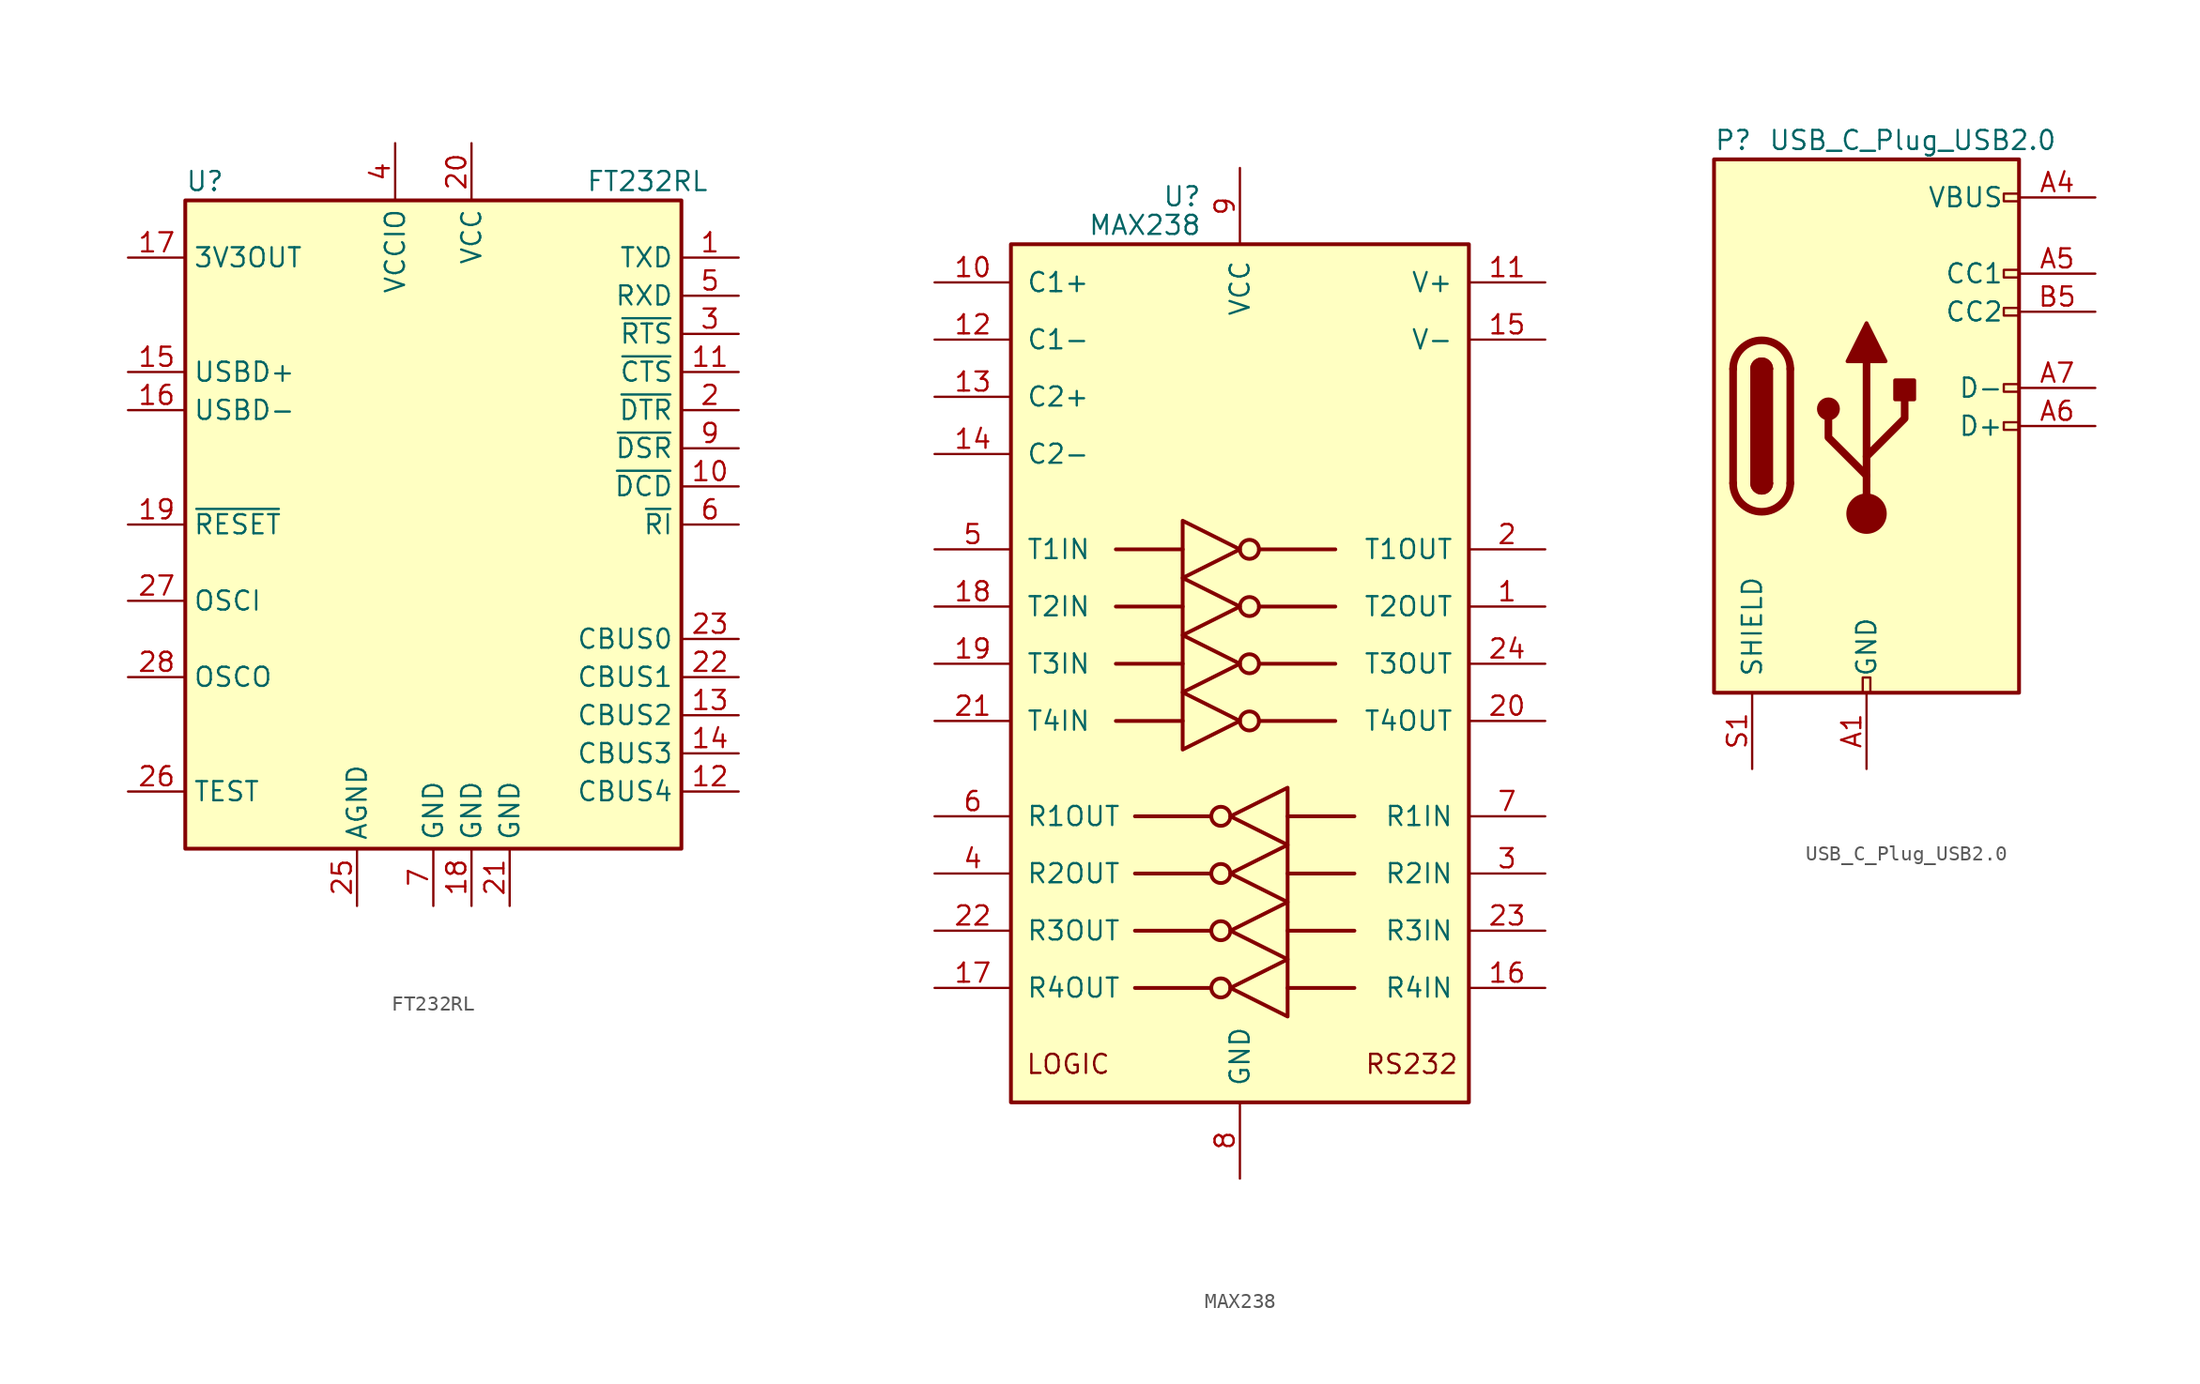
<source format=kicad_sym>
(kicad_symbol_lib
  (version 20231120)
  (generator "kicad_symbol_editor")
  (generator_version "8.0")
  (symbol "FT232RL"
    (property "Reference" "U"
      (at -16.51 22.86 0)
      (effects (font (size 1.27 1.27)) (justify left)))
    (property "Value" "FT232RL"
      (at 10.16 22.86 0)
      (effects (font (size 1.27 1.27)) (justify left)))
    (symbol "FT232RL_0_1"
      (rectangle (start -16.51 21.59) (end 16.51 -21.59) (stroke (width 0.254) (type solid)) (fill (type background))))
    (symbol "FT232RL_1_1"
      (pin output line (at 20.32 17.78 180) (length 3.81) (name "TXD" (effects (font (size 1.27 1.27)))) (number "1" (effects (font (size 1.27 1.27)))))
      (pin input line (at 20.32 2.54 180) (length 3.81) (name "~{DCD}" (effects (font (size 1.27 1.27)))) (number "10" (effects (font (size 1.27 1.27)))))
      (pin input line (at 20.32 10.16 180) (length 3.81) (name "~{CTS}" (effects (font (size 1.27 1.27)))) (number "11" (effects (font (size 1.27 1.27)))))
      (pin bidirectional line (at 20.32 -17.78 180) (length 3.81) (name "CBUS4" (effects (font (size 1.27 1.27)))) (number "12" (effects (font (size 1.27 1.27)))))
      (pin bidirectional line (at 20.32 -12.7 180) (length 3.81) (name "CBUS2" (effects (font (size 1.27 1.27)))) (number "13" (effects (font (size 1.27 1.27)))))
      (pin bidirectional line (at 20.32 -15.24 180) (length 3.81) (name "CBUS3" (effects (font (size 1.27 1.27)))) (number "14" (effects (font (size 1.27 1.27)))))
      (pin bidirectional line (at -20.32 10.16 0) (length 3.81) (name "USBD+" (effects (font (size 1.27 1.27)))) (number "15" (effects (font (size 1.27 1.27)))))
      (pin bidirectional line (at -20.32 7.62 0) (length 3.81) (name "USBD-" (effects (font (size 1.27 1.27)))) (number "16" (effects (font (size 1.27 1.27)))))
      (pin power_out line (at -20.32 17.78 0) (length 3.81) (name "3V3OUT" (effects (font (size 1.27 1.27)))) (number "17" (effects (font (size 1.27 1.27)))))
      (pin power_in line (at 2.54 -25.4 90) (length 3.81) (name "GND" (effects (font (size 1.27 1.27)))) (number "18" (effects (font (size 1.27 1.27)))))
      (pin input line (at -20.32 0 0) (length 3.81) (name "~{RESET}" (effects (font (size 1.27 1.27)))) (number "19" (effects (font (size 1.27 1.27)))))
      (pin output line (at 20.32 7.62 180) (length 3.81) (name "~{DTR}" (effects (font (size 1.27 1.27)))) (number "2" (effects (font (size 1.27 1.27)))))
      (pin power_in line (at 2.54 25.4 270) (length 3.81) (name "VCC" (effects (font (size 1.27 1.27)))) (number "20" (effects (font (size 1.27 1.27)))))
      (pin power_in line (at 5.08 -25.4 90) (length 3.81) (name "GND" (effects (font (size 1.27 1.27)))) (number "21" (effects (font (size 1.27 1.27)))))
      (pin bidirectional line (at 20.32 -10.16 180) (length 3.81) (name "CBUS1" (effects (font (size 1.27 1.27)))) (number "22" (effects (font (size 1.27 1.27)))))
      (pin bidirectional line (at 20.32 -7.62 180) (length 3.81) (name "CBUS0" (effects (font (size 1.27 1.27)))) (number "23" (effects (font (size 1.27 1.27)))))
      (pin power_in line (at -5.08 -25.4 90) (length 3.81) (name "AGND" (effects (font (size 1.27 1.27)))) (number "25" (effects (font (size 1.27 1.27)))))
      (pin input line (at -20.32 -17.78 0) (length 3.81) (name "TEST" (effects (font (size 1.27 1.27)))) (number "26" (effects (font (size 1.27 1.27)))))
      (pin input line (at -20.32 -5.08 0) (length 3.81) (name "OSCI" (effects (font (size 1.27 1.27)))) (number "27" (effects (font (size 1.27 1.27)))))
      (pin output line (at -20.32 -10.16 0) (length 3.81) (name "OSCO" (effects (font (size 1.27 1.27)))) (number "28" (effects (font (size 1.27 1.27)))))
      (pin output line (at 20.32 12.7 180) (length 3.81) (name "~{RTS}" (effects (font (size 1.27 1.27)))) (number "3" (effects (font (size 1.27 1.27)))))
      (pin power_in line (at -2.54 25.4 270) (length 3.81) (name "VCCIO" (effects (font (size 1.27 1.27)))) (number "4" (effects (font (size 1.27 1.27)))))
      (pin input line (at 20.32 15.24 180) (length 3.81) (name "RXD" (effects (font (size 1.27 1.27)))) (number "5" (effects (font (size 1.27 1.27)))))
      (pin input line (at 20.32 0 180) (length 3.81) (name "~{RI}" (effects (font (size 1.27 1.27)))) (number "6" (effects (font (size 1.27 1.27)))))
      (pin power_in line (at 0 -25.4 90) (length 3.81) (name "GND" (effects (font (size 1.27 1.27)))) (number "7" (effects (font (size 1.27 1.27)))))
      (pin input line (at 20.32 5.08 180) (length 3.81) (name "~{DSR}" (effects (font (size 1.27 1.27)))) (number "9" (effects (font (size 1.27 1.27)))))))
  (symbol "MAX238"
    (pin_names
      (offset 1.016))
    (property "Reference" "U"
      (at -2.54 32.385 0)
      (effects (font (size 1.27 1.27)) (justify right)))
    (property "Value" "MAX238"
      (at -2.54 30.48 0)
      (effects (font (size 1.27 1.27)) (justify right)))
    (symbol "MAX238_0_0"
      (text "LOGIC" (at -11.43 -25.4 0) (effects (font (size 1.27 1.27))))
      (text "RS232" (at 11.43 -25.4 0) (effects (font (size 1.27 1.27)))))
    (symbol "MAX238_0_1"
      (rectangle (start -15.24 -27.94) (end 15.24 29.21) (stroke (width 0.254) (type solid)) (fill (type background)))
      (circle (center -1.27 -12.7) (radius 0.635) (stroke (width 0.254) (type solid)) (fill (type none)))
      (circle (center -1.27 -8.89) (radius 0.635) (stroke (width 0.254) (type solid)) (fill (type none)))
      (polyline (pts (xy -3.81 5.08) (xy -8.255 5.08)) (stroke (width 0.254) (type solid)) (fill (type none)))
      (polyline (pts (xy -3.81 8.89) (xy -8.255 8.89)) (stroke (width 0.254) (type solid)) (fill (type none)))
      (polyline (pts (xy -1.905 -12.7) (xy -6.985 -12.7)) (stroke (width 0.254) (type solid)) (fill (type none)))
      (polyline (pts (xy -1.905 -8.89) (xy -6.985 -8.89)) (stroke (width 0.254) (type solid)) (fill (type none)))
      (polyline (pts (xy 1.27 5.08) (xy 6.35 5.08)) (stroke (width 0.254) (type solid)) (fill (type none)))
      (polyline (pts (xy 1.27 8.89) (xy 6.35 8.89)) (stroke (width 0.254) (type solid)) (fill (type none)))
      (polyline (pts (xy 3.175 -12.7) (xy 7.62 -12.7)) (stroke (width 0.254) (type solid)) (fill (type none)))
      (polyline (pts (xy 3.175 -8.89) (xy 7.62 -8.89)) (stroke (width 0.254) (type solid)) (fill (type none)))
      (polyline (pts (xy -3.81 6.985) (xy -3.81 3.175) (xy 0 5.08) (xy -3.81 6.985)) (stroke (width 0.254) (type solid)) (fill (type none)))
      (polyline (pts (xy -3.81 10.795) (xy -3.81 6.985) (xy 0 8.89) (xy -3.81 10.795)) (stroke (width 0.254) (type solid)) (fill (type none)))
      (polyline (pts (xy 3.175 -10.795) (xy 3.175 -14.605) (xy -0.635 -12.7) (xy 3.175 -10.795)) (stroke (width 0.254) (type solid)) (fill (type none)))
      (polyline (pts (xy 3.175 -6.985) (xy 3.175 -10.795) (xy -0.635 -8.89) (xy 3.175 -6.985)) (stroke (width 0.254) (type solid)) (fill (type none)))
      (circle (center 0.635 5.08) (radius 0.635) (stroke (width 0.254) (type solid)) (fill (type none)))
      (circle (center 0.635 8.89) (radius 0.635) (stroke (width 0.254) (type solid)) (fill (type none))))
    (symbol "MAX238_1_1"
      (circle (center -1.27 -20.32) (radius 0.635) (stroke (width 0.254) (type solid)) (fill (type none)))
      (circle (center -1.27 -16.51) (radius 0.635) (stroke (width 0.254) (type solid)) (fill (type none)))
      (polyline (pts (xy -3.81 -2.54) (xy -8.255 -2.54)) (stroke (width 0.254) (type solid)) (fill (type none)))
      (polyline (pts (xy -3.81 1.27) (xy -8.255 1.27)) (stroke (width 0.254) (type solid)) (fill (type none)))
      (polyline (pts (xy -1.905 -20.32) (xy -6.985 -20.32)) (stroke (width 0.254) (type solid)) (fill (type none)))
      (polyline (pts (xy -1.905 -16.51) (xy -6.985 -16.51)) (stroke (width 0.254) (type solid)) (fill (type none)))
      (polyline (pts (xy 1.27 -2.54) (xy 6.35 -2.54)) (stroke (width 0.254) (type solid)) (fill (type none)))
      (polyline (pts (xy 1.27 1.27) (xy 6.35 1.27)) (stroke (width 0.254) (type solid)) (fill (type none)))
      (polyline (pts (xy 3.175 -20.32) (xy 7.62 -20.32)) (stroke (width 0.254) (type solid)) (fill (type none)))
      (polyline (pts (xy 3.175 -16.51) (xy 7.62 -16.51)) (stroke (width 0.254) (type solid)) (fill (type none)))
      (polyline (pts (xy -3.81 -0.635) (xy -3.81 -4.445) (xy 0 -2.54) (xy -3.81 -0.635)) (stroke (width 0.254) (type solid)) (fill (type none)))
      (polyline (pts (xy -3.81 3.175) (xy -3.81 -0.635) (xy 0 1.27) (xy -3.81 3.175)) (stroke (width 0.254) (type solid)) (fill (type none)))
      (polyline (pts (xy 3.175 -18.415) (xy 3.175 -22.225) (xy -0.635 -20.32) (xy 3.175 -18.415)) (stroke (width 0.254) (type solid)) (fill (type none)))
      (polyline (pts (xy 3.175 -14.605) (xy 3.175 -18.415) (xy -0.635 -16.51) (xy 3.175 -14.605)) (stroke (width 0.254) (type solid)) (fill (type none)))
      (circle (center 0.635 -2.54) (radius 0.635) (stroke (width 0.254) (type solid)) (fill (type none)))
      (circle (center 0.635 1.27) (radius 0.635) (stroke (width 0.254) (type solid)) (fill (type none)))
      (pin output line (at 20.32 5.08 180) (length 5.08) (name "T2OUT" (effects (font (size 1.27 1.27)))) (number "1" (effects (font (size 1.27 1.27)))))
      (pin passive line (at -20.32 26.67 0) (length 5.08) (name "C1+" (effects (font (size 1.27 1.27)))) (number "10" (effects (font (size 1.27 1.27)))))
      (pin power_out line (at 20.32 26.67 180) (length 5.08) (name "V+" (effects (font (size 1.27 1.27)))) (number "11" (effects (font (size 1.27 1.27)))))
      (pin passive line (at -20.32 22.86 0) (length 5.08) (name "C1-" (effects (font (size 1.27 1.27)))) (number "12" (effects (font (size 1.27 1.27)))))
      (pin passive line (at -20.32 19.05 0) (length 5.08) (name "C2+" (effects (font (size 1.27 1.27)))) (number "13" (effects (font (size 1.27 1.27)))))
      (pin passive line (at -20.32 15.24 0) (length 5.08) (name "C2-" (effects (font (size 1.27 1.27)))) (number "14" (effects (font (size 1.27 1.27)))))
      (pin power_out line (at 20.32 22.86 180) (length 5.08) (name "V-" (effects (font (size 1.27 1.27)))) (number "15" (effects (font (size 1.27 1.27)))))
      (pin input line (at 20.32 -20.32 180) (length 5.08) (name "R4IN" (effects (font (size 1.27 1.27)))) (number "16" (effects (font (size 1.27 1.27)))))
      (pin output line (at -20.32 -20.32 0) (length 5.08) (name "R4OUT" (effects (font (size 1.27 1.27)))) (number "17" (effects (font (size 1.27 1.27)))))
      (pin input line (at -20.32 5.08 0) (length 5.08) (name "T2IN" (effects (font (size 1.27 1.27)))) (number "18" (effects (font (size 1.27 1.27)))))
      (pin input line (at -20.32 1.27 0) (length 5.08) (name "T3IN" (effects (font (size 1.27 1.27)))) (number "19" (effects (font (size 1.27 1.27)))))
      (pin output line (at 20.32 8.89 180) (length 5.08) (name "T1OUT" (effects (font (size 1.27 1.27)))) (number "2" (effects (font (size 1.27 1.27)))))
      (pin output line (at 20.32 -2.54 180) (length 5.08) (name "T4OUT" (effects (font (size 1.27 1.27)))) (number "20" (effects (font (size 1.27 1.27)))))
      (pin input line (at -20.32 -2.54 0) (length 5.08) (name "T4IN" (effects (font (size 1.27 1.27)))) (number "21" (effects (font (size 1.27 1.27)))))
      (pin output line (at -20.32 -16.51 0) (length 5.08) (name "R3OUT" (effects (font (size 1.27 1.27)))) (number "22" (effects (font (size 1.27 1.27)))))
      (pin input line (at 20.32 -16.51 180) (length 5.08) (name "R3IN" (effects (font (size 1.27 1.27)))) (number "23" (effects (font (size 1.27 1.27)))))
      (pin output line (at 20.32 1.27 180) (length 5.08) (name "T3OUT" (effects (font (size 1.27 1.27)))) (number "24" (effects (font (size 1.27 1.27)))))
      (pin input line (at 20.32 -12.7 180) (length 5.08) (name "R2IN" (effects (font (size 1.27 1.27)))) (number "3" (effects (font (size 1.27 1.27)))))
      (pin output line (at -20.32 -12.7 0) (length 5.08) (name "R2OUT" (effects (font (size 1.27 1.27)))) (number "4" (effects (font (size 1.27 1.27)))))
      (pin input line (at -20.32 8.89 0) (length 5.08) (name "T1IN" (effects (font (size 1.27 1.27)))) (number "5" (effects (font (size 1.27 1.27)))))
      (pin output line (at -20.32 -8.89 0) (length 5.08) (name "R1OUT" (effects (font (size 1.27 1.27)))) (number "6" (effects (font (size 1.27 1.27)))))
      (pin input line (at 20.32 -8.89 180) (length 5.08) (name "R1IN" (effects (font (size 1.27 1.27)))) (number "7" (effects (font (size 1.27 1.27)))))
      (pin power_in line (at 0 -33.02 90) (length 5.08) (name "GND" (effects (font (size 1.27 1.27)))) (number "8" (effects (font (size 1.27 1.27)))))
      (pin power_in line (at 0 34.29 270) (length 5.08) (name "VCC" (effects (font (size 1.27 1.27)))) (number "9" (effects (font (size 1.27 1.27)))))))
  (symbol "USB_C_Plug_USB2.0"
    (pin_names
      (offset 1.016))
    (property "Reference" "P"
      (at -10.16 19.05 0)
      (effects (font (size 1.27 1.27)) (justify left)))
    (property "Value" "USB_C_Plug_USB2.0"
      (at 12.7 19.05 0)
      (effects (font (size 1.27 1.27)) (justify right)))
    (symbol "USB_C_Plug_USB2.0_0_0"
      (rectangle (start -0.254 -17.78) (end 0.254 -16.764) (stroke (width 0) (type solid)) (fill (type none)))
      (rectangle (start 10.16 0.254) (end 9.144 -0.254) (stroke (width 0) (type solid)) (fill (type none)))
      (rectangle (start 10.16 2.794) (end 9.144 2.286) (stroke (width 0) (type solid)) (fill (type none)))
      (rectangle (start 10.16 7.874) (end 9.144 7.366) (stroke (width 0) (type solid)) (fill (type none)))
      (rectangle (start 10.16 10.414) (end 9.144 9.906) (stroke (width 0) (type solid)) (fill (type none)))
      (rectangle (start 10.16 15.494) (end 9.144 14.986) (stroke (width 0) (type solid)) (fill (type none))))
    (symbol "USB_C_Plug_USB2.0_0_1"
      (rectangle (start -10.16 17.78) (end 10.16 -17.78) (stroke (width 0.254) (type solid)) (fill (type background)))
      (arc (start -8.89 -3.81) (mid -6.985 -5.715) (end -5.08 -3.81) (stroke (width 0.508) (type solid)) (fill (type none)))
      (arc (start -7.62 -3.81) (mid -6.985 -4.445) (end -6.35 -3.81) (stroke (width 0.254) (type solid)) (fill (type none)))
      (arc (start -7.62 -3.81) (mid -6.985 -4.445) (end -6.35 -3.81) (stroke (width 0.254) (type solid)) (fill (type outline)))
      (rectangle (start -7.62 -3.81) (end -6.35 3.81) (stroke (width 0.254) (type solid)) (fill (type outline)))
      (arc (start -6.35 3.81) (mid -6.985 4.445) (end -7.62 3.81) (stroke (width 0.254) (type solid)) (fill (type none)))
      (arc (start -6.35 3.81) (mid -6.985 4.445) (end -7.62 3.81) (stroke (width 0.254) (type solid)) (fill (type outline)))
      (arc (start -5.08 3.81) (mid -6.985 5.715) (end -8.89 3.81) (stroke (width 0.508) (type solid)) (fill (type none)))
      (circle (center -2.54 1.143) (radius 0.635) (stroke (width 0.254) (type solid)) (fill (type outline)))
      (circle (center 0 -5.842) (radius 1.27) (stroke (width 0) (type solid)) (fill (type outline)))
      (polyline (pts (xy -8.89 -3.81) (xy -8.89 3.81)) (stroke (width 0.508) (type solid)) (fill (type none)))
      (polyline (pts (xy -5.08 3.81) (xy -5.08 -3.81)) (stroke (width 0.508) (type solid)) (fill (type none)))
      (polyline (pts (xy 0 -5.842) (xy 0 4.318)) (stroke (width 0.508) (type solid)) (fill (type none)))
      (polyline (pts (xy 0 -3.302) (xy -2.54 -0.762) (xy -2.54 0.508)) (stroke (width 0.508) (type solid)) (fill (type none)))
      (polyline (pts (xy 0 -2.032) (xy 2.54 0.508) (xy 2.54 1.778)) (stroke (width 0.508) (type solid)) (fill (type none)))
      (polyline (pts (xy -1.27 4.318) (xy 0 6.858) (xy 1.27 4.318) (xy -1.27 4.318)) (stroke (width 0.254) (type solid)) (fill (type outline)))
      (rectangle (start 1.905 1.778) (end 3.175 3.048) (stroke (width 0.254) (type solid)) (fill (type outline))))
    (symbol "USB_C_Plug_USB2.0_1_1"
      (pin passive line (at 0 -22.86 90) (length 5.08) (name "GND" (effects (font (size 1.27 1.27)))) (number "A1" (effects (font (size 1.27 1.27)))))
      (pin passive line (at 0 -22.86 90) (length 5.08) hide (name "GND" (effects (font (size 1.27 1.27)))) (number "A12" (effects (font (size 1.27 1.27)))))
      (pin passive line (at 15.24 15.24 180) (length 5.08) (name "VBUS" (effects (font (size 1.27 1.27)))) (number "A4" (effects (font (size 1.27 1.27)))))
      (pin bidirectional line (at 15.24 10.16 180) (length 5.08) (name "CC1" (effects (font (size 1.27 1.27)))) (number "A5" (effects (font (size 1.27 1.27)))))
      (pin bidirectional line (at 15.24 0 180) (length 5.08) (name "D+" (effects (font (size 1.27 1.27)))) (number "A6" (effects (font (size 1.27 1.27)))))
      (pin bidirectional line (at 15.24 2.54 180) (length 5.08) (name "D-" (effects (font (size 1.27 1.27)))) (number "A7" (effects (font (size 1.27 1.27)))))
      (pin passive line (at 15.24 15.24 180) (length 5.08) hide (name "VBUS" (effects (font (size 1.27 1.27)))) (number "A9" (effects (font (size 1.27 1.27)))))
      (pin passive line (at 0 -22.86 90) (length 5.08) hide (name "GND" (effects (font (size 1.27 1.27)))) (number "B1" (effects (font (size 1.27 1.27)))))
      (pin passive line (at 0 -22.86 90) (length 5.08) hide (name "GND" (effects (font (size 1.27 1.27)))) (number "B12" (effects (font (size 1.27 1.27)))))
      (pin passive line (at 15.24 15.24 180) (length 5.08) hide (name "VBUS" (effects (font (size 1.27 1.27)))) (number "B4" (effects (font (size 1.27 1.27)))))
      (pin bidirectional line (at 15.24 7.62 180) (length 5.08) (name "CC2" (effects (font (size 1.27 1.27)))) (number "B5" (effects (font (size 1.27 1.27)))))
      (pin passive line (at 15.24 15.24 180) (length 5.08) hide (name "VBUS" (effects (font (size 1.27 1.27)))) (number "B9" (effects (font (size 1.27 1.27)))))
      (pin passive line (at -7.62 -22.86 90) (length 5.08) (name "SHIELD" (effects (font (size 1.27 1.27)))) (number "S1" (effects (font (size 1.27 1.27))))))))
</source>
